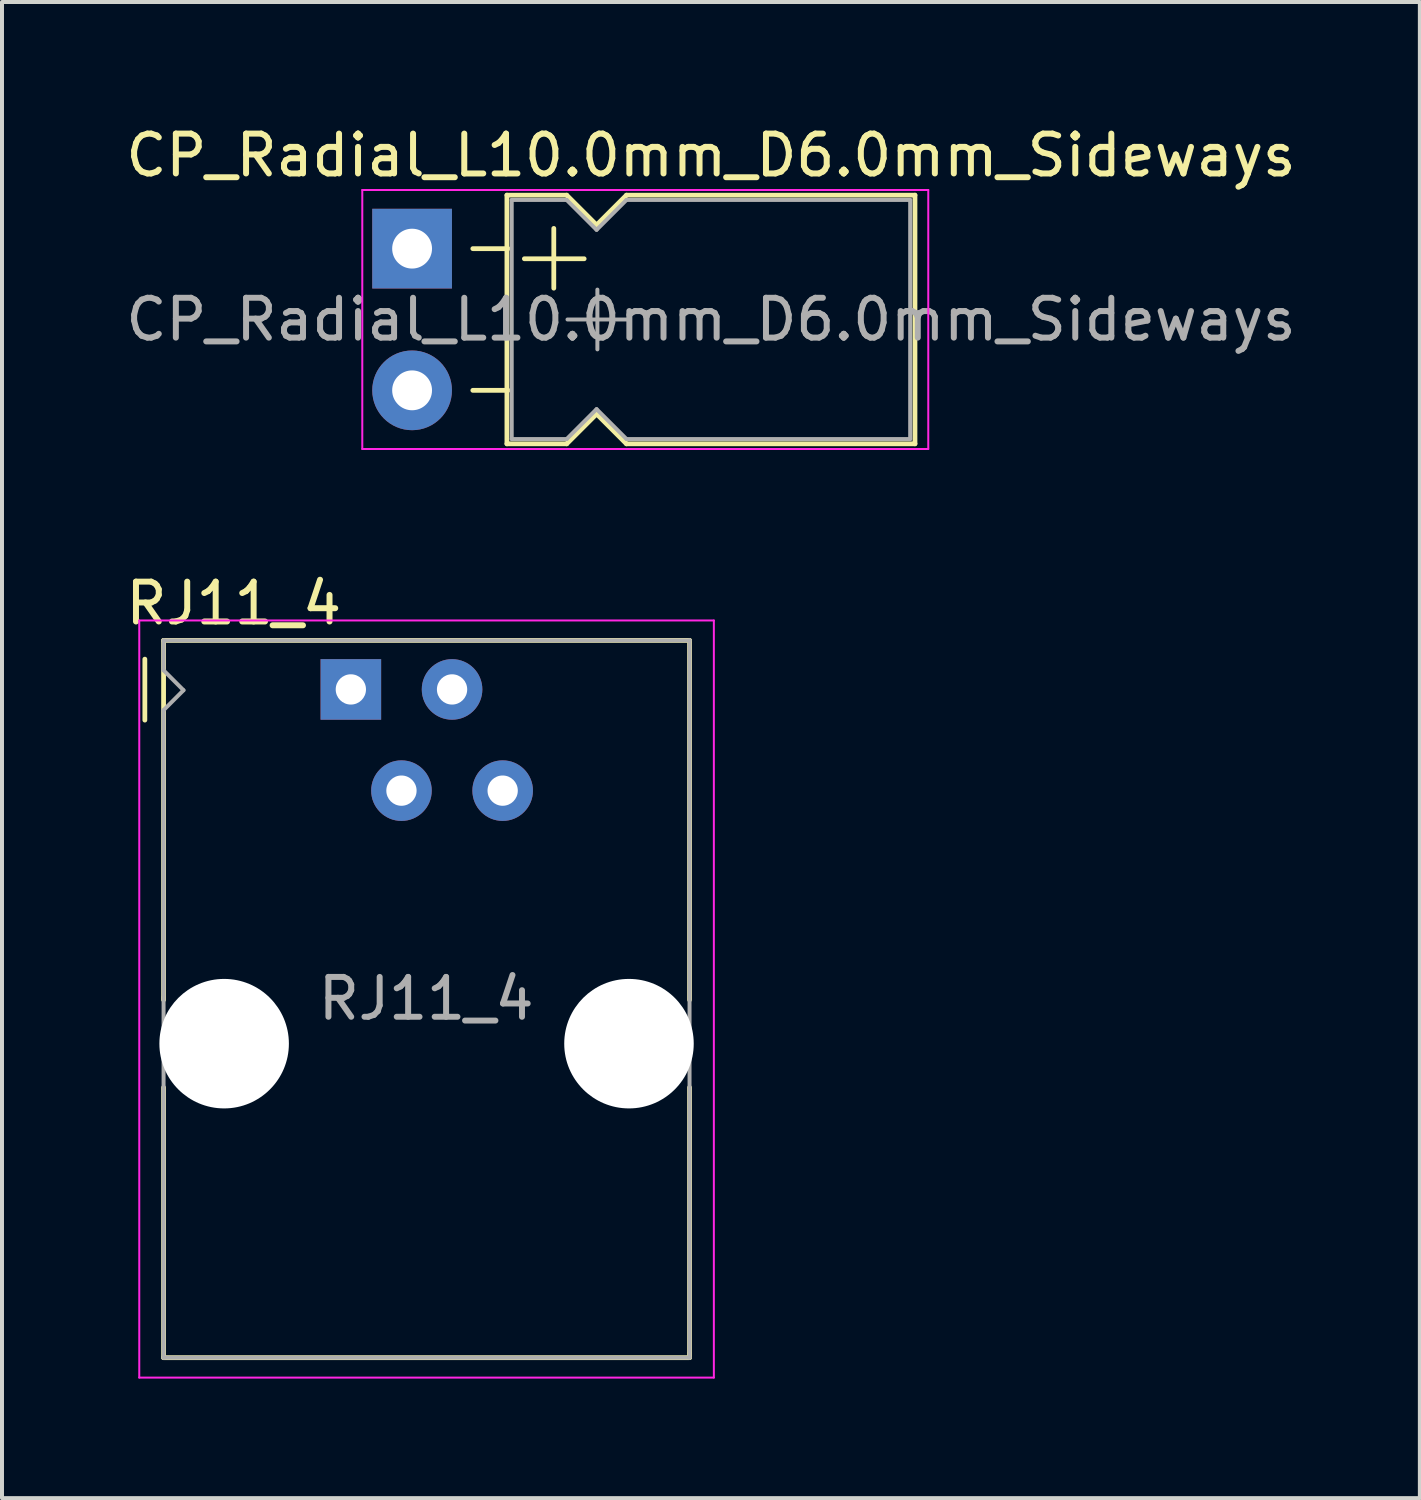
<source format=kicad_pcb>
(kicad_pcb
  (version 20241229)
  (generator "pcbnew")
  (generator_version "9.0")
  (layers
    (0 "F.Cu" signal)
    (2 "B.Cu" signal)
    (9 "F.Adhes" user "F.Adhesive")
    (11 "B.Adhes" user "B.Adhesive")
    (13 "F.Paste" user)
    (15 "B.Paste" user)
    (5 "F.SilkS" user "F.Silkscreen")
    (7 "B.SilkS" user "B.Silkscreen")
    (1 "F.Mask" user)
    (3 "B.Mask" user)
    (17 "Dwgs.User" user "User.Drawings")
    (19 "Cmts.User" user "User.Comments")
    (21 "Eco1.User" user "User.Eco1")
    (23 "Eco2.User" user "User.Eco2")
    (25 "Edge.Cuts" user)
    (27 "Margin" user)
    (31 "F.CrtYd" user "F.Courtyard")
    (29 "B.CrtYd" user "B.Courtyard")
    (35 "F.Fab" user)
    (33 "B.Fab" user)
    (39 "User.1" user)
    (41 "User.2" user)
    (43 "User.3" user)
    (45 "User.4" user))
  (footprint "RJ11_4"
    (layer "F.Cu")
    (at 4.485 14.252)
    (property "Reference" "RJ11_4" (at -1.67 -2.16 0) (layer "F.SilkS") (effects (font (size 1 1) (thickness 0.15))))
    (attr through_hole)
    (fp_line (start -3.9 0.77) (end -3.9 -0.76) (stroke (width 0.12) (type solid)) (layer "F.SilkS"))
    (fp_line (start -3.43 -1.23) (end 9.77 -1.23) (stroke (width 0.12) (type solid)) (layer "F.SilkS"))
    (fp_line (start -3.43 7.72) (end -3.43 7.79) (stroke (width 0.1) (type solid)) (layer "F.SilkS"))
    (fp_line (start -3.43 7.79) (end -3.43 -1.23) (stroke (width 0.12) (type solid)) (layer "F.SilkS"))
    (fp_line (start -3.43 16.77) (end -3.43 9.99) (stroke (width 0.12) (type solid)) (layer "F.SilkS"))
    (fp_line (start 9.77 -1.23) (end 9.77 7.79) (stroke (width 0.12) (type solid)) (layer "F.SilkS"))
    (fp_line (start 9.77 16.65) (end 9.77 16.77) (stroke (width 0.1) (type solid)) (layer "F.SilkS"))
    (fp_line (start 9.77 16.76) (end 9.77 16.77) (stroke (width 0.1) (type solid)) (layer "F.SilkS"))
    (fp_line (start 9.77 16.77) (end -3.43 16.77) (stroke (width 0.12) (type solid)) (layer "F.SilkS"))
    (fp_line (start 9.77 16.77) (end 9.77 9.99) (stroke (width 0.12) (type solid)) (layer "F.SilkS"))
    (fp_line (start -4.04 -1.73) (end 10.38 -1.73) (stroke (width 0.05) (type solid)) (layer "F.CrtYd"))
    (fp_line (start -4.04 17.27) (end -4.04 -1.73) (stroke (width 0.05) (type solid)) (layer "F.CrtYd"))
    (fp_line (start 10.38 -1.73) (end 10.38 17.27) (stroke (width 0.05) (type solid)) (layer "F.CrtYd"))
    (fp_line (start 10.38 17.27) (end -4.04 17.27) (stroke (width 0.05) (type solid)) (layer "F.CrtYd"))
    (fp_line (start -3.43 -1.23) (end 9.77 -1.23) (stroke (width 0.1) (type solid)) (layer "F.Fab"))
    (fp_line (start -3.43 -0.48) (end -3.43 -1.23) (stroke (width 0.1) (type solid)) (layer "F.Fab"))
    (fp_line (start -3.43 0.52) (end -2.93 0.02) (stroke (width 0.1) (type solid)) (layer "F.Fab"))
    (fp_line (start -3.43 16.77) (end -3.43 0.52) (stroke (width 0.1) (type solid)) (layer "F.Fab"))
    (fp_line (start -2.93 0.02) (end -3.43 -0.48) (stroke (width 0.1) (type solid)) (layer "F.Fab"))
    (fp_line (start 9.77 -1.23) (end 9.77 16.77) (stroke (width 0.1) (type solid)) (layer "F.Fab"))
    (fp_line (start 9.77 16.77) (end -3.43 16.77) (stroke (width 0.1) (type solid)) (layer "F.Fab"))
    (fp_text user "${REFERENCE}" (at 3.16 7.76 0) (layer "F.Fab") (effects (font (size 1 1) (thickness 0.15))))
    (pad "" np_thru_hole circle (at -1.91 8.89) (size 3.25 3.25) (drill 3.25) (layers "*.Cu" "*.Mask"))
    (pad "" np_thru_hole circle (at 8.25 8.89) (size 3.25 3.25) (drill 3.25) (layers "*.Cu" "*.Mask"))
    (pad "1" thru_hole rect (at 1.27 0) (size 1.52 1.52) (drill 0.76) (layers "*.Cu" "*.Mask"))
    (pad "2" thru_hole circle (at 2.54 2.54) (size 1.52 1.52) (drill 0.76) (layers "*.Cu" "*.Mask"))
    (pad "3" thru_hole circle (at 3.81 0) (size 1.52 1.52) (drill 0.76) (layers "*.Cu" "*.Mask"))
    (pad "4" thru_hole circle (at 5.08 2.54) (size 1.52 1.52) (drill 0.76) (layers "*.Cu" "*.Mask")))
  (footprint "CP_Radial_L10.0mm_D6.0mm_Sideways"
    (layer "F.Cu")
    (at 7.292 4.968)
    (property "Reference" "CP_Radial_L10.0mm_D6.0mm_Sideways" (at 7.5 -4.12 0) (layer "F.SilkS") (effects (font (size 1 1) (thickness 0.15))))
    (attr through_hole)
    (fp_line (start 2.38 -3.12) (end 2.38 3.12) (stroke (width 0.12) (type solid)) (layer "F.SilkS"))
    (fp_line (start 2.38 -3.12) (end 3.88 -3.12) (stroke (width 0.12) (type solid)) (layer "F.SilkS"))
    (fp_line (start 2.38 3.12) (end 3.88 3.12) (stroke (width 0.12) (type solid)) (layer "F.SilkS"))
    (fp_line (start 2.41 -1.778) (end 1.524 -1.778) (stroke (width 0.12) (type solid)) (layer "F.SilkS"))
    (fp_line (start 2.41 1.778) (end 1.524 1.778) (stroke (width 0.12) (type solid)) (layer "F.SilkS"))
    (fp_line (start 2.818 -1.524) (end 4.318 -1.524) (stroke (width 0.12) (type solid)) (layer "F.SilkS"))
    (fp_line (start 3.556 -2.286) (end 3.556 -0.786) (stroke (width 0.12) (type solid)) (layer "F.SilkS"))
    (fp_line (start 3.88 -3.12) (end 4.63 -2.37) (stroke (width 0.12) (type solid)) (layer "F.SilkS"))
    (fp_line (start 3.88 3.12) (end 4.63 2.37) (stroke (width 0.12) (type solid)) (layer "F.SilkS"))
    (fp_line (start 4.63 -2.37) (end 5.38 -3.12) (stroke (width 0.12) (type solid)) (layer "F.SilkS"))
    (fp_line (start 4.63 2.37) (end 5.38 3.12) (stroke (width 0.12) (type solid)) (layer "F.SilkS"))
    (fp_line (start 5.38 -3.12) (end 12.62 -3.12) (stroke (width 0.12) (type solid)) (layer "F.SilkS"))
    (fp_line (start 5.38 3.12) (end 12.62 3.12) (stroke (width 0.12) (type solid)) (layer "F.SilkS"))
    (fp_line (start 12.62 -3.12) (end 12.62 3.12) (stroke (width 0.12) (type solid)) (layer "F.SilkS"))
    (fp_line (start -1.25 -3.25) (end -1.25 3.25) (stroke (width 0.05) (type solid)) (layer "F.CrtYd"))
    (fp_line (start -1.25 3.25) (end 12.954 3.25) (stroke (width 0.05) (type solid)) (layer "F.CrtYd"))
    (fp_line (start 12.954 -3.25) (end -1.25 -3.25) (stroke (width 0.05) (type solid)) (layer "F.CrtYd"))
    (fp_line (start 12.954 3.25) (end 12.954 -3.25) (stroke (width 0.05) (type solid)) (layer "F.CrtYd"))
    (fp_line (start 2.5 -3) (end 2.5 3) (stroke (width 0.1) (type solid)) (layer "F.Fab"))
    (fp_line (start 2.5 -3) (end 3.88 -3) (stroke (width 0.1) (type solid)) (layer "F.Fab"))
    (fp_line (start 2.5 3) (end 3.88 3) (stroke (width 0.1) (type solid)) (layer "F.Fab"))
    (fp_line (start 3.88 -3) (end 4.63 -2.25) (stroke (width 0.1) (type solid)) (layer "F.Fab"))
    (fp_line (start 3.88 3) (end 4.63 2.25) (stroke (width 0.1) (type solid)) (layer "F.Fab"))
    (fp_line (start 3.9 0) (end 5.4 0) (stroke (width 0.1) (type solid)) (layer "F.Fab"))
    (fp_line (start 4.63 -2.25) (end 5.38 -3) (stroke (width 0.1) (type solid)) (layer "F.Fab"))
    (fp_line (start 4.63 2.25) (end 5.38 3) (stroke (width 0.1) (type solid)) (layer "F.Fab"))
    (fp_line (start 4.65 -0.75) (end 4.65 0.75) (stroke (width 0.1) (type solid)) (layer "F.Fab"))
    (fp_line (start 5.38 -3) (end 12.5 -3) (stroke (width 0.1) (type solid)) (layer "F.Fab"))
    (fp_line (start 5.38 3) (end 12.5 3) (stroke (width 0.1) (type solid)) (layer "F.Fab"))
    (fp_line (start 12.5 -3) (end 12.5 3) (stroke (width 0.1) (type solid)) (layer "F.Fab"))
    (fp_text user "${REFERENCE}" (at 7.5 0 0) (layer "F.Fab") (effects (font (size 1 1) (thickness 0.15))))
    (pad "1" thru_hole rect (at 0 -1.778) (size 2 2) (drill 1) (layers "*.Cu" "*.Mask"))
    (pad "2" thru_hole oval (at 0 1.778) (size 2 2) (drill 1) (layers "*.Cu" "*.Mask")))
  (gr_rect
    (start -3 -3)
    (end 32.583 34.547)
    (stroke (width 0.1) (type default))
    (fill no)
    (layer "Edge.Cuts")))
</source>
